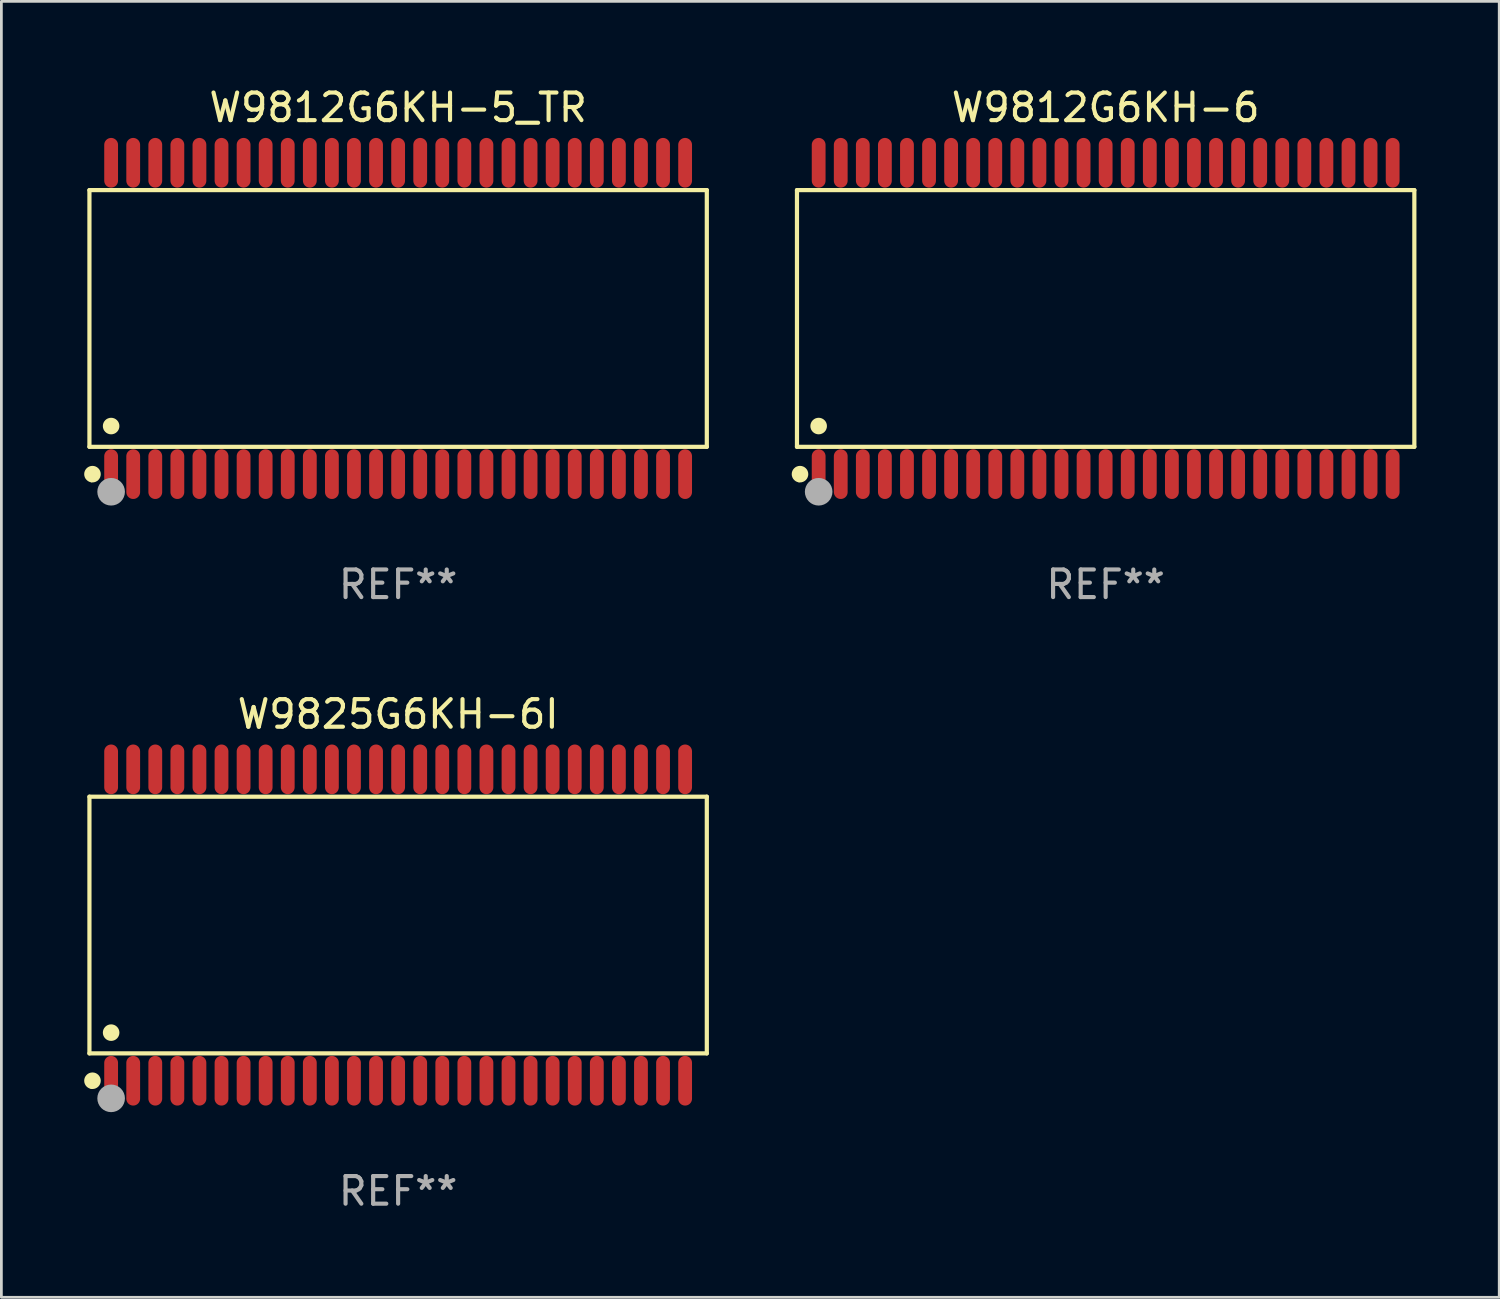
<source format=kicad_pcb>
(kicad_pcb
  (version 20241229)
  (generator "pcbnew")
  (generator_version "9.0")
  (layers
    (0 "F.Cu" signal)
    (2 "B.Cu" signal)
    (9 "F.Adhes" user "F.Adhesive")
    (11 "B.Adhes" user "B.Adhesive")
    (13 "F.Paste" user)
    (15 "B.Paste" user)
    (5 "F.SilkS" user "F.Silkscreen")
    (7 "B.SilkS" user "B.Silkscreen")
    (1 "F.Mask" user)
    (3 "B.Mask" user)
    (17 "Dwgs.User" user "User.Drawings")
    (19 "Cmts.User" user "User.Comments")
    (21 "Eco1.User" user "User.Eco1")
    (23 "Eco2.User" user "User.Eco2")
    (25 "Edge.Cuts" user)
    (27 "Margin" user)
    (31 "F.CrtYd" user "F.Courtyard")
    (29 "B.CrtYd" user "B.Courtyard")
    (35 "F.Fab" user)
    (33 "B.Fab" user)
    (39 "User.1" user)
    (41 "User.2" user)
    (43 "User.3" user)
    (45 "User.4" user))
  (footprint "W9812G6KH-6"
    (layer "F.Cu")
    (at 37.016 8.49)
    (property "Reference" "W9812G6KH-6" (at 0 -7.642 0) (layer "F.SilkS") (effects (font (size 1 1) (thickness 0.15))))
    (attr through_hole)
    (fp_line (start -11.186 -4.651) (end 11.186 -4.651) (stroke (width 0.152) (type solid)) (layer "F.SilkS"))
    (fp_line (start -11.186 4.651) (end -11.186 -4.651) (stroke (width 0.152) (type solid)) (layer "F.SilkS"))
    (fp_line (start 11.186 -4.651) (end 11.186 4.651) (stroke (width 0.152) (type solid)) (layer "F.SilkS"))
    (fp_line (start 11.186 4.651) (end -11.186 4.651) (stroke (width 0.152) (type solid)) (layer "F.SilkS"))
    (fp_circle (center -11.11 5.88) (end -11.08 5.88) (stroke (width 0.06) (type solid)) (fill no) (layer "F.SilkS"))
    (fp_circle (center -11.076 5.642) (end -10.926 5.642) (stroke (width 0.3) (type solid)) (fill no) (layer "F.SilkS"))
    (fp_circle (center -10.4 3.899) (end -10.25 3.899) (stroke (width 0.3) (type solid)) (fill no) (layer "F.SilkS"))
    (fp_circle (center -10.4 6.28) (end -10.15 6.28) (stroke (width 0.5) (type solid)) (fill no) (layer "F.Fab"))
    (fp_text user "REF**" (at 0 9.642 0) (layer "F.Fab") (effects (font (size 1 1) (thickness 0.15))))
    (pad "1" smd oval (at -10.4 5.642) (size 0.5 1.8) (layers "F.Cu" "F.Mask" "F.Paste"))
    (pad "2" smd oval (at -9.6 5.642) (size 0.5 1.8) (layers "F.Cu" "F.Mask" "F.Paste"))
    (pad "3" smd oval (at -8.8 5.642) (size 0.5 1.8) (layers "F.Cu" "F.Mask" "F.Paste"))
    (pad "4" smd oval (at -8 5.642) (size 0.5 1.8) (layers "F.Cu" "F.Mask" "F.Paste"))
    (pad "5" smd oval (at -7.2 5.642) (size 0.5 1.8) (layers "F.Cu" "F.Mask" "F.Paste"))
    (pad "6" smd oval (at -6.4 5.642) (size 0.5 1.8) (layers "F.Cu" "F.Mask" "F.Paste"))
    (pad "7" smd oval (at -5.6 5.642) (size 0.5 1.8) (layers "F.Cu" "F.Mask" "F.Paste"))
    (pad "8" smd oval (at -4.8 5.642) (size 0.5 1.8) (layers "F.Cu" "F.Mask" "F.Paste"))
    (pad "9" smd oval (at -4 5.642) (size 0.5 1.8) (layers "F.Cu" "F.Mask" "F.Paste"))
    (pad "10" smd oval (at -3.2 5.642) (size 0.5 1.8) (layers "F.Cu" "F.Mask" "F.Paste"))
    (pad "11" smd oval (at -2.4 5.642) (size 0.5 1.8) (layers "F.Cu" "F.Mask" "F.Paste"))
    (pad "12" smd oval (at -1.6 5.642) (size 0.5 1.8) (layers "F.Cu" "F.Mask" "F.Paste"))
    (pad "13" smd oval (at -0.8 5.642) (size 0.5 1.8) (layers "F.Cu" "F.Mask" "F.Paste"))
    (pad "14" smd oval (at 0 5.642) (size 0.5 1.8) (layers "F.Cu" "F.Mask" "F.Paste"))
    (pad "15" smd oval (at 0.8 5.642) (size 0.5 1.8) (layers "F.Cu" "F.Mask" "F.Paste"))
    (pad "16" smd oval (at 1.6 5.642) (size 0.5 1.8) (layers "F.Cu" "F.Mask" "F.Paste"))
    (pad "17" smd oval (at 2.4 5.642) (size 0.5 1.8) (layers "F.Cu" "F.Mask" "F.Paste"))
    (pad "18" smd oval (at 3.2 5.642) (size 0.5 1.8) (layers "F.Cu" "F.Mask" "F.Paste"))
    (pad "19" smd oval (at 4 5.642) (size 0.5 1.8) (layers "F.Cu" "F.Mask" "F.Paste"))
    (pad "20" smd oval (at 4.8 5.642) (size 0.5 1.8) (layers "F.Cu" "F.Mask" "F.Paste"))
    (pad "21" smd oval (at 5.6 5.642) (size 0.5 1.8) (layers "F.Cu" "F.Mask" "F.Paste"))
    (pad "22" smd oval (at 6.4 5.642) (size 0.5 1.8) (layers "F.Cu" "F.Mask" "F.Paste"))
    (pad "23" smd oval (at 7.2 5.642) (size 0.5 1.8) (layers "F.Cu" "F.Mask" "F.Paste"))
    (pad "24" smd oval (at 8 5.642) (size 0.5 1.8) (layers "F.Cu" "F.Mask" "F.Paste"))
    (pad "25" smd oval (at 8.8 5.642) (size 0.5 1.8) (layers "F.Cu" "F.Mask" "F.Paste"))
    (pad "26" smd oval (at 9.6 5.642) (size 0.5 1.8) (layers "F.Cu" "F.Mask" "F.Paste"))
    (pad "27" smd oval (at 10.4 5.642) (size 0.5 1.8) (layers "F.Cu" "F.Mask" "F.Paste"))
    (pad "28" smd oval (at 10.4 -5.642) (size 0.5 1.8) (layers "F.Cu" "F.Mask" "F.Paste"))
    (pad "29" smd oval (at 9.6 -5.642) (size 0.5 1.8) (layers "F.Cu" "F.Mask" "F.Paste"))
    (pad "30" smd oval (at 8.8 -5.642) (size 0.5 1.8) (layers "F.Cu" "F.Mask" "F.Paste"))
    (pad "31" smd oval (at 8 -5.642) (size 0.5 1.8) (layers "F.Cu" "F.Mask" "F.Paste"))
    (pad "32" smd oval (at 7.2 -5.642) (size 0.5 1.8) (layers "F.Cu" "F.Mask" "F.Paste"))
    (pad "33" smd oval (at 6.4 -5.642) (size 0.5 1.8) (layers "F.Cu" "F.Mask" "F.Paste"))
    (pad "34" smd oval (at 5.6 -5.642) (size 0.5 1.8) (layers "F.Cu" "F.Mask" "F.Paste"))
    (pad "35" smd oval (at 4.8 -5.642) (size 0.5 1.8) (layers "F.Cu" "F.Mask" "F.Paste"))
    (pad "36" smd oval (at 4 -5.642) (size 0.5 1.8) (layers "F.Cu" "F.Mask" "F.Paste"))
    (pad "37" smd oval (at 3.2 -5.642) (size 0.5 1.8) (layers "F.Cu" "F.Mask" "F.Paste"))
    (pad "38" smd oval (at 2.4 -5.642) (size 0.5 1.8) (layers "F.Cu" "F.Mask" "F.Paste"))
    (pad "39" smd oval (at 1.6 -5.642) (size 0.5 1.8) (layers "F.Cu" "F.Mask" "F.Paste"))
    (pad "40" smd oval (at 0.8 -5.642) (size 0.5 1.8) (layers "F.Cu" "F.Mask" "F.Paste"))
    (pad "41" smd oval (at 0 -5.642) (size 0.5 1.8) (layers "F.Cu" "F.Mask" "F.Paste"))
    (pad "42" smd oval (at -0.8 -5.642) (size 0.5 1.8) (layers "F.Cu" "F.Mask" "F.Paste"))
    (pad "43" smd oval (at -1.6 -5.642) (size 0.5 1.8) (layers "F.Cu" "F.Mask" "F.Paste"))
    (pad "44" smd oval (at -2.4 -5.642) (size 0.5 1.8) (layers "F.Cu" "F.Mask" "F.Paste"))
    (pad "45" smd oval (at -3.2 -5.642) (size 0.5 1.8) (layers "F.Cu" "F.Mask" "F.Paste"))
    (pad "46" smd oval (at -4 -5.642) (size 0.5 1.8) (layers "F.Cu" "F.Mask" "F.Paste"))
    (pad "47" smd oval (at -4.8 -5.642) (size 0.5 1.8) (layers "F.Cu" "F.Mask" "F.Paste"))
    (pad "48" smd oval (at -5.6 -5.642) (size 0.5 1.8) (layers "F.Cu" "F.Mask" "F.Paste"))
    (pad "49" smd oval (at -6.4 -5.642) (size 0.5 1.8) (layers "F.Cu" "F.Mask" "F.Paste"))
    (pad "50" smd oval (at -7.2 -5.642) (size 0.5 1.8) (layers "F.Cu" "F.Mask" "F.Paste"))
    (pad "51" smd oval (at -8 -5.642) (size 0.5 1.8) (layers "F.Cu" "F.Mask" "F.Paste"))
    (pad "52" smd oval (at -8.8 -5.642) (size 0.5 1.8) (layers "F.Cu" "F.Mask" "F.Paste"))
    (pad "53" smd oval (at -9.6 -5.642) (size 0.5 1.8) (layers "F.Cu" "F.Mask" "F.Paste"))
    (pad "54" smd oval (at -10.4 -5.642) (size 0.5 1.8) (layers "F.Cu" "F.Mask" "F.Paste")))
  (footprint "W9812G6KH-5_TR"
    (layer "F.Cu")
    (at 11.377 8.49)
    (property "Reference" "W9812G6KH-5_TR" (at 0 -7.642 0) (layer "F.SilkS") (effects (font (size 1 1) (thickness 0.15))))
    (attr through_hole)
    (fp_line (start -11.186 -4.651) (end 11.186 -4.651) (stroke (width 0.152) (type solid)) (layer "F.SilkS"))
    (fp_line (start -11.186 4.651) (end -11.186 -4.651) (stroke (width 0.152) (type solid)) (layer "F.SilkS"))
    (fp_line (start 11.186 -4.651) (end 11.186 4.651) (stroke (width 0.152) (type solid)) (layer "F.SilkS"))
    (fp_line (start 11.186 4.651) (end -11.186 4.651) (stroke (width 0.152) (type solid)) (layer "F.SilkS"))
    (fp_circle (center -11.11 5.88) (end -11.08 5.88) (stroke (width 0.06) (type solid)) (fill no) (layer "F.SilkS"))
    (fp_circle (center -11.076 5.642) (end -10.926 5.642) (stroke (width 0.3) (type solid)) (fill no) (layer "F.SilkS"))
    (fp_circle (center -10.4 3.899) (end -10.25 3.899) (stroke (width 0.3) (type solid)) (fill no) (layer "F.SilkS"))
    (fp_circle (center -10.4 6.28) (end -10.15 6.28) (stroke (width 0.5) (type solid)) (fill no) (layer "F.Fab"))
    (fp_text user "REF**" (at 0 9.642 0) (layer "F.Fab") (effects (font (size 1 1) (thickness 0.15))))
    (pad "1" smd oval (at -10.4 5.642) (size 0.5 1.8) (layers "F.Cu" "F.Mask" "F.Paste"))
    (pad "2" smd oval (at -9.6 5.642) (size 0.5 1.8) (layers "F.Cu" "F.Mask" "F.Paste"))
    (pad "3" smd oval (at -8.8 5.642) (size 0.5 1.8) (layers "F.Cu" "F.Mask" "F.Paste"))
    (pad "4" smd oval (at -8 5.642) (size 0.5 1.8) (layers "F.Cu" "F.Mask" "F.Paste"))
    (pad "5" smd oval (at -7.2 5.642) (size 0.5 1.8) (layers "F.Cu" "F.Mask" "F.Paste"))
    (pad "6" smd oval (at -6.4 5.642) (size 0.5 1.8) (layers "F.Cu" "F.Mask" "F.Paste"))
    (pad "7" smd oval (at -5.6 5.642) (size 0.5 1.8) (layers "F.Cu" "F.Mask" "F.Paste"))
    (pad "8" smd oval (at -4.8 5.642) (size 0.5 1.8) (layers "F.Cu" "F.Mask" "F.Paste"))
    (pad "9" smd oval (at -4 5.642) (size 0.5 1.8) (layers "F.Cu" "F.Mask" "F.Paste"))
    (pad "10" smd oval (at -3.2 5.642) (size 0.5 1.8) (layers "F.Cu" "F.Mask" "F.Paste"))
    (pad "11" smd oval (at -2.4 5.642) (size 0.5 1.8) (layers "F.Cu" "F.Mask" "F.Paste"))
    (pad "12" smd oval (at -1.6 5.642) (size 0.5 1.8) (layers "F.Cu" "F.Mask" "F.Paste"))
    (pad "13" smd oval (at -0.8 5.642) (size 0.5 1.8) (layers "F.Cu" "F.Mask" "F.Paste"))
    (pad "14" smd oval (at 0 5.642) (size 0.5 1.8) (layers "F.Cu" "F.Mask" "F.Paste"))
    (pad "15" smd oval (at 0.8 5.642) (size 0.5 1.8) (layers "F.Cu" "F.Mask" "F.Paste"))
    (pad "16" smd oval (at 1.6 5.642) (size 0.5 1.8) (layers "F.Cu" "F.Mask" "F.Paste"))
    (pad "17" smd oval (at 2.4 5.642) (size 0.5 1.8) (layers "F.Cu" "F.Mask" "F.Paste"))
    (pad "18" smd oval (at 3.2 5.642) (size 0.5 1.8) (layers "F.Cu" "F.Mask" "F.Paste"))
    (pad "19" smd oval (at 4 5.642) (size 0.5 1.8) (layers "F.Cu" "F.Mask" "F.Paste"))
    (pad "20" smd oval (at 4.8 5.642) (size 0.5 1.8) (layers "F.Cu" "F.Mask" "F.Paste"))
    (pad "21" smd oval (at 5.6 5.642) (size 0.5 1.8) (layers "F.Cu" "F.Mask" "F.Paste"))
    (pad "22" smd oval (at 6.4 5.642) (size 0.5 1.8) (layers "F.Cu" "F.Mask" "F.Paste"))
    (pad "23" smd oval (at 7.2 5.642) (size 0.5 1.8) (layers "F.Cu" "F.Mask" "F.Paste"))
    (pad "24" smd oval (at 8 5.642) (size 0.5 1.8) (layers "F.Cu" "F.Mask" "F.Paste"))
    (pad "25" smd oval (at 8.8 5.642) (size 0.5 1.8) (layers "F.Cu" "F.Mask" "F.Paste"))
    (pad "26" smd oval (at 9.6 5.642) (size 0.5 1.8) (layers "F.Cu" "F.Mask" "F.Paste"))
    (pad "27" smd oval (at 10.4 5.642) (size 0.5 1.8) (layers "F.Cu" "F.Mask" "F.Paste"))
    (pad "28" smd oval (at 10.4 -5.642) (size 0.5 1.8) (layers "F.Cu" "F.Mask" "F.Paste"))
    (pad "29" smd oval (at 9.6 -5.642) (size 0.5 1.8) (layers "F.Cu" "F.Mask" "F.Paste"))
    (pad "30" smd oval (at 8.8 -5.642) (size 0.5 1.8) (layers "F.Cu" "F.Mask" "F.Paste"))
    (pad "31" smd oval (at 8 -5.642) (size 0.5 1.8) (layers "F.Cu" "F.Mask" "F.Paste"))
    (pad "32" smd oval (at 7.2 -5.642) (size 0.5 1.8) (layers "F.Cu" "F.Mask" "F.Paste"))
    (pad "33" smd oval (at 6.4 -5.642) (size 0.5 1.8) (layers "F.Cu" "F.Mask" "F.Paste"))
    (pad "34" smd oval (at 5.6 -5.642) (size 0.5 1.8) (layers "F.Cu" "F.Mask" "F.Paste"))
    (pad "35" smd oval (at 4.8 -5.642) (size 0.5 1.8) (layers "F.Cu" "F.Mask" "F.Paste"))
    (pad "36" smd oval (at 4 -5.642) (size 0.5 1.8) (layers "F.Cu" "F.Mask" "F.Paste"))
    (pad "37" smd oval (at 3.2 -5.642) (size 0.5 1.8) (layers "F.Cu" "F.Mask" "F.Paste"))
    (pad "38" smd oval (at 2.4 -5.642) (size 0.5 1.8) (layers "F.Cu" "F.Mask" "F.Paste"))
    (pad "39" smd oval (at 1.6 -5.642) (size 0.5 1.8) (layers "F.Cu" "F.Mask" "F.Paste"))
    (pad "40" smd oval (at 0.8 -5.642) (size 0.5 1.8) (layers "F.Cu" "F.Mask" "F.Paste"))
    (pad "41" smd oval (at 0 -5.642) (size 0.5 1.8) (layers "F.Cu" "F.Mask" "F.Paste"))
    (pad "42" smd oval (at -0.8 -5.642) (size 0.5 1.8) (layers "F.Cu" "F.Mask" "F.Paste"))
    (pad "43" smd oval (at -1.6 -5.642) (size 0.5 1.8) (layers "F.Cu" "F.Mask" "F.Paste"))
    (pad "44" smd oval (at -2.4 -5.642) (size 0.5 1.8) (layers "F.Cu" "F.Mask" "F.Paste"))
    (pad "45" smd oval (at -3.2 -5.642) (size 0.5 1.8) (layers "F.Cu" "F.Mask" "F.Paste"))
    (pad "46" smd oval (at -4 -5.642) (size 0.5 1.8) (layers "F.Cu" "F.Mask" "F.Paste"))
    (pad "47" smd oval (at -4.8 -5.642) (size 0.5 1.8) (layers "F.Cu" "F.Mask" "F.Paste"))
    (pad "48" smd oval (at -5.6 -5.642) (size 0.5 1.8) (layers "F.Cu" "F.Mask" "F.Paste"))
    (pad "49" smd oval (at -6.4 -5.642) (size 0.5 1.8) (layers "F.Cu" "F.Mask" "F.Paste"))
    (pad "50" smd oval (at -7.2 -5.642) (size 0.5 1.8) (layers "F.Cu" "F.Mask" "F.Paste"))
    (pad "51" smd oval (at -8 -5.642) (size 0.5 1.8) (layers "F.Cu" "F.Mask" "F.Paste"))
    (pad "52" smd oval (at -8.8 -5.642) (size 0.5 1.8) (layers "F.Cu" "F.Mask" "F.Paste"))
    (pad "53" smd oval (at -9.6 -5.642) (size 0.5 1.8) (layers "F.Cu" "F.Mask" "F.Paste"))
    (pad "54" smd oval (at -10.4 -5.642) (size 0.5 1.8) (layers "F.Cu" "F.Mask" "F.Paste")))
  (footprint "W9825G6KH-6I"
    (layer "F.Cu")
    (at 11.377 30.471)
    (property "Reference" "W9825G6KH-6I" (at 0 -7.642 0) (layer "F.SilkS") (effects (font (size 1 1) (thickness 0.15))))
    (attr through_hole)
    (fp_line (start -11.186 -4.651) (end 11.186 -4.651) (stroke (width 0.152) (type solid)) (layer "F.SilkS"))
    (fp_line (start -11.186 4.651) (end -11.186 -4.651) (stroke (width 0.152) (type solid)) (layer "F.SilkS"))
    (fp_line (start 11.186 -4.651) (end 11.186 4.651) (stroke (width 0.152) (type solid)) (layer "F.SilkS"))
    (fp_line (start 11.186 4.651) (end -11.186 4.651) (stroke (width 0.152) (type solid)) (layer "F.SilkS"))
    (fp_circle (center -11.11 5.88) (end -11.08 5.88) (stroke (width 0.06) (type solid)) (fill no) (layer "F.SilkS"))
    (fp_circle (center -11.076 5.642) (end -10.926 5.642) (stroke (width 0.3) (type solid)) (fill no) (layer "F.SilkS"))
    (fp_circle (center -10.4 3.899) (end -10.25 3.899) (stroke (width 0.3) (type solid)) (fill no) (layer "F.SilkS"))
    (fp_circle (center -10.4 6.28) (end -10.15 6.28) (stroke (width 0.5) (type solid)) (fill no) (layer "F.Fab"))
    (fp_text user "REF**" (at 0 9.642 0) (layer "F.Fab") (effects (font (size 1 1) (thickness 0.15))))
    (pad "1" smd oval (at -10.4 5.642) (size 0.5 1.8) (layers "F.Cu" "F.Mask" "F.Paste"))
    (pad "2" smd oval (at -9.6 5.642) (size 0.5 1.8) (layers "F.Cu" "F.Mask" "F.Paste"))
    (pad "3" smd oval (at -8.8 5.642) (size 0.5 1.8) (layers "F.Cu" "F.Mask" "F.Paste"))
    (pad "4" smd oval (at -8 5.642) (size 0.5 1.8) (layers "F.Cu" "F.Mask" "F.Paste"))
    (pad "5" smd oval (at -7.2 5.642) (size 0.5 1.8) (layers "F.Cu" "F.Mask" "F.Paste"))
    (pad "6" smd oval (at -6.4 5.642) (size 0.5 1.8) (layers "F.Cu" "F.Mask" "F.Paste"))
    (pad "7" smd oval (at -5.6 5.642) (size 0.5 1.8) (layers "F.Cu" "F.Mask" "F.Paste"))
    (pad "8" smd oval (at -4.8 5.642) (size 0.5 1.8) (layers "F.Cu" "F.Mask" "F.Paste"))
    (pad "9" smd oval (at -4 5.642) (size 0.5 1.8) (layers "F.Cu" "F.Mask" "F.Paste"))
    (pad "10" smd oval (at -3.2 5.642) (size 0.5 1.8) (layers "F.Cu" "F.Mask" "F.Paste"))
    (pad "11" smd oval (at -2.4 5.642) (size 0.5 1.8) (layers "F.Cu" "F.Mask" "F.Paste"))
    (pad "12" smd oval (at -1.6 5.642) (size 0.5 1.8) (layers "F.Cu" "F.Mask" "F.Paste"))
    (pad "13" smd oval (at -0.8 5.642) (size 0.5 1.8) (layers "F.Cu" "F.Mask" "F.Paste"))
    (pad "14" smd oval (at 0 5.642) (size 0.5 1.8) (layers "F.Cu" "F.Mask" "F.Paste"))
    (pad "15" smd oval (at 0.8 5.642) (size 0.5 1.8) (layers "F.Cu" "F.Mask" "F.Paste"))
    (pad "16" smd oval (at 1.6 5.642) (size 0.5 1.8) (layers "F.Cu" "F.Mask" "F.Paste"))
    (pad "17" smd oval (at 2.4 5.642) (size 0.5 1.8) (layers "F.Cu" "F.Mask" "F.Paste"))
    (pad "18" smd oval (at 3.2 5.642) (size 0.5 1.8) (layers "F.Cu" "F.Mask" "F.Paste"))
    (pad "19" smd oval (at 4 5.642) (size 0.5 1.8) (layers "F.Cu" "F.Mask" "F.Paste"))
    (pad "20" smd oval (at 4.8 5.642) (size 0.5 1.8) (layers "F.Cu" "F.Mask" "F.Paste"))
    (pad "21" smd oval (at 5.6 5.642) (size 0.5 1.8) (layers "F.Cu" "F.Mask" "F.Paste"))
    (pad "22" smd oval (at 6.4 5.642) (size 0.5 1.8) (layers "F.Cu" "F.Mask" "F.Paste"))
    (pad "23" smd oval (at 7.2 5.642) (size 0.5 1.8) (layers "F.Cu" "F.Mask" "F.Paste"))
    (pad "24" smd oval (at 8 5.642) (size 0.5 1.8) (layers "F.Cu" "F.Mask" "F.Paste"))
    (pad "25" smd oval (at 8.8 5.642) (size 0.5 1.8) (layers "F.Cu" "F.Mask" "F.Paste"))
    (pad "26" smd oval (at 9.6 5.642) (size 0.5 1.8) (layers "F.Cu" "F.Mask" "F.Paste"))
    (pad "27" smd oval (at 10.4 5.642) (size 0.5 1.8) (layers "F.Cu" "F.Mask" "F.Paste"))
    (pad "28" smd oval (at 10.4 -5.642) (size 0.5 1.8) (layers "F.Cu" "F.Mask" "F.Paste"))
    (pad "29" smd oval (at 9.6 -5.642) (size 0.5 1.8) (layers "F.Cu" "F.Mask" "F.Paste"))
    (pad "30" smd oval (at 8.8 -5.642) (size 0.5 1.8) (layers "F.Cu" "F.Mask" "F.Paste"))
    (pad "31" smd oval (at 8 -5.642) (size 0.5 1.8) (layers "F.Cu" "F.Mask" "F.Paste"))
    (pad "32" smd oval (at 7.2 -5.642) (size 0.5 1.8) (layers "F.Cu" "F.Mask" "F.Paste"))
    (pad "33" smd oval (at 6.4 -5.642) (size 0.5 1.8) (layers "F.Cu" "F.Mask" "F.Paste"))
    (pad "34" smd oval (at 5.6 -5.642) (size 0.5 1.8) (layers "F.Cu" "F.Mask" "F.Paste"))
    (pad "35" smd oval (at 4.8 -5.642) (size 0.5 1.8) (layers "F.Cu" "F.Mask" "F.Paste"))
    (pad "36" smd oval (at 4 -5.642) (size 0.5 1.8) (layers "F.Cu" "F.Mask" "F.Paste"))
    (pad "37" smd oval (at 3.2 -5.642) (size 0.5 1.8) (layers "F.Cu" "F.Mask" "F.Paste"))
    (pad "38" smd oval (at 2.4 -5.642) (size 0.5 1.8) (layers "F.Cu" "F.Mask" "F.Paste"))
    (pad "39" smd oval (at 1.6 -5.642) (size 0.5 1.8) (layers "F.Cu" "F.Mask" "F.Paste"))
    (pad "40" smd oval (at 0.8 -5.642) (size 0.5 1.8) (layers "F.Cu" "F.Mask" "F.Paste"))
    (pad "41" smd oval (at 0 -5.642) (size 0.5 1.8) (layers "F.Cu" "F.Mask" "F.Paste"))
    (pad "42" smd oval (at -0.8 -5.642) (size 0.5 1.8) (layers "F.Cu" "F.Mask" "F.Paste"))
    (pad "43" smd oval (at -1.6 -5.642) (size 0.5 1.8) (layers "F.Cu" "F.Mask" "F.Paste"))
    (pad "44" smd oval (at -2.4 -5.642) (size 0.5 1.8) (layers "F.Cu" "F.Mask" "F.Paste"))
    (pad "45" smd oval (at -3.2 -5.642) (size 0.5 1.8) (layers "F.Cu" "F.Mask" "F.Paste"))
    (pad "46" smd oval (at -4 -5.642) (size 0.5 1.8) (layers "F.Cu" "F.Mask" "F.Paste"))
    (pad "47" smd oval (at -4.8 -5.642) (size 0.5 1.8) (layers "F.Cu" "F.Mask" "F.Paste"))
    (pad "48" smd oval (at -5.6 -5.642) (size 0.5 1.8) (layers "F.Cu" "F.Mask" "F.Paste"))
    (pad "49" smd oval (at -6.4 -5.642) (size 0.5 1.8) (layers "F.Cu" "F.Mask" "F.Paste"))
    (pad "50" smd oval (at -7.2 -5.642) (size 0.5 1.8) (layers "F.Cu" "F.Mask" "F.Paste"))
    (pad "51" smd oval (at -8 -5.642) (size 0.5 1.8) (layers "F.Cu" "F.Mask" "F.Paste"))
    (pad "52" smd oval (at -8.8 -5.642) (size 0.5 1.8) (layers "F.Cu" "F.Mask" "F.Paste"))
    (pad "53" smd oval (at -9.6 -5.642) (size 0.5 1.8) (layers "F.Cu" "F.Mask" "F.Paste"))
    (pad "54" smd oval (at -10.4 -5.642) (size 0.5 1.8) (layers "F.Cu" "F.Mask" "F.Paste")))
  (gr_rect
    (start -3 -3)
    (end 51.278 43.961)
    (stroke (width 0.1) (type default))
    (fill no)
    (layer "Edge.Cuts")))
</source>
